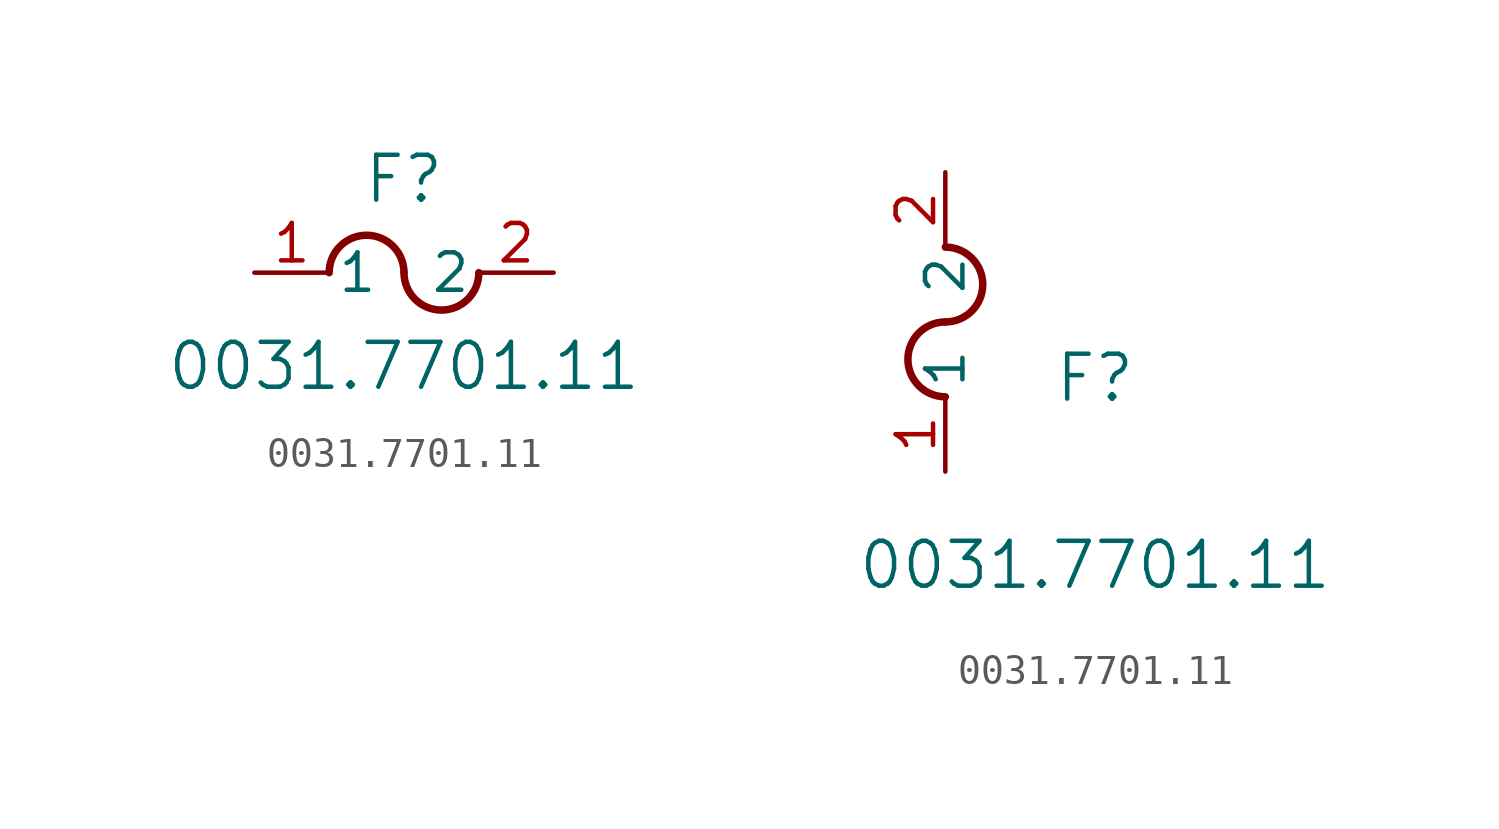
<source format=kicad_sym>
(kicad_symbol_lib
  (version 20220914)
  (generator kicad_symbol_editor)
  (symbol "0031.7701.11"
    (pin_names
      (offset 0.254))
    (property "Reference" "F"
      (at 5.08 3.175 0)
      (effects (font (size 1.524 1.524))))
    (property "Value" "0031.7701.11"
      (at 5.08 -3.175 0)
      (effects (font (size 1.524 1.524))))
    (property "ki_locked" ""
      (at 0 0 0)
      (effects (font (size 1.27 1.27))))
    (symbol "0031.7701.11_1_1"
      (arc (start 5.08 0) (mid 3.81 1.2645) (end 2.54 0) (stroke (width 0.254) (type default)) (fill (type none)))
      (arc (start 5.08 0) (mid 6.35 -1.2645) (end 7.62 0) (stroke (width 0.254) (type default)) (fill (type none)))
      (pin passive line (at 0 0 0) (length 2.54) (name "1" (effects (font (size 1.27 1.27)))) (number "1" (effects (font (size 1.27 1.27)))))
      (pin passive line (at 10.16 0 180) (length 2.54) (name "2" (effects (font (size 1.27 1.27)))) (number "2" (effects (font (size 1.27 1.27))))))
    (symbol "0031.7701.11_1_2"
      (arc (start 0 5.08) (mid -1.2645 3.81) (end 0 2.54) (stroke (width 0.254) (type default)) (fill (type none)))
      (arc (start 0 5.08) (mid 1.2645 6.35) (end 0 7.62) (stroke (width 0.254) (type default)) (fill (type none)))
      (pin unspecified line (at 0 0 90) (length 2.54) (name "1" (effects (font (size 1.27 1.27)))) (number "1" (effects (font (size 1.27 1.27)))))
      (pin unspecified line (at 0 10.16 270) (length 2.54) (name "2" (effects (font (size 1.27 1.27)))) (number "2" (effects (font (size 1.27 1.27))))))))
</source>
